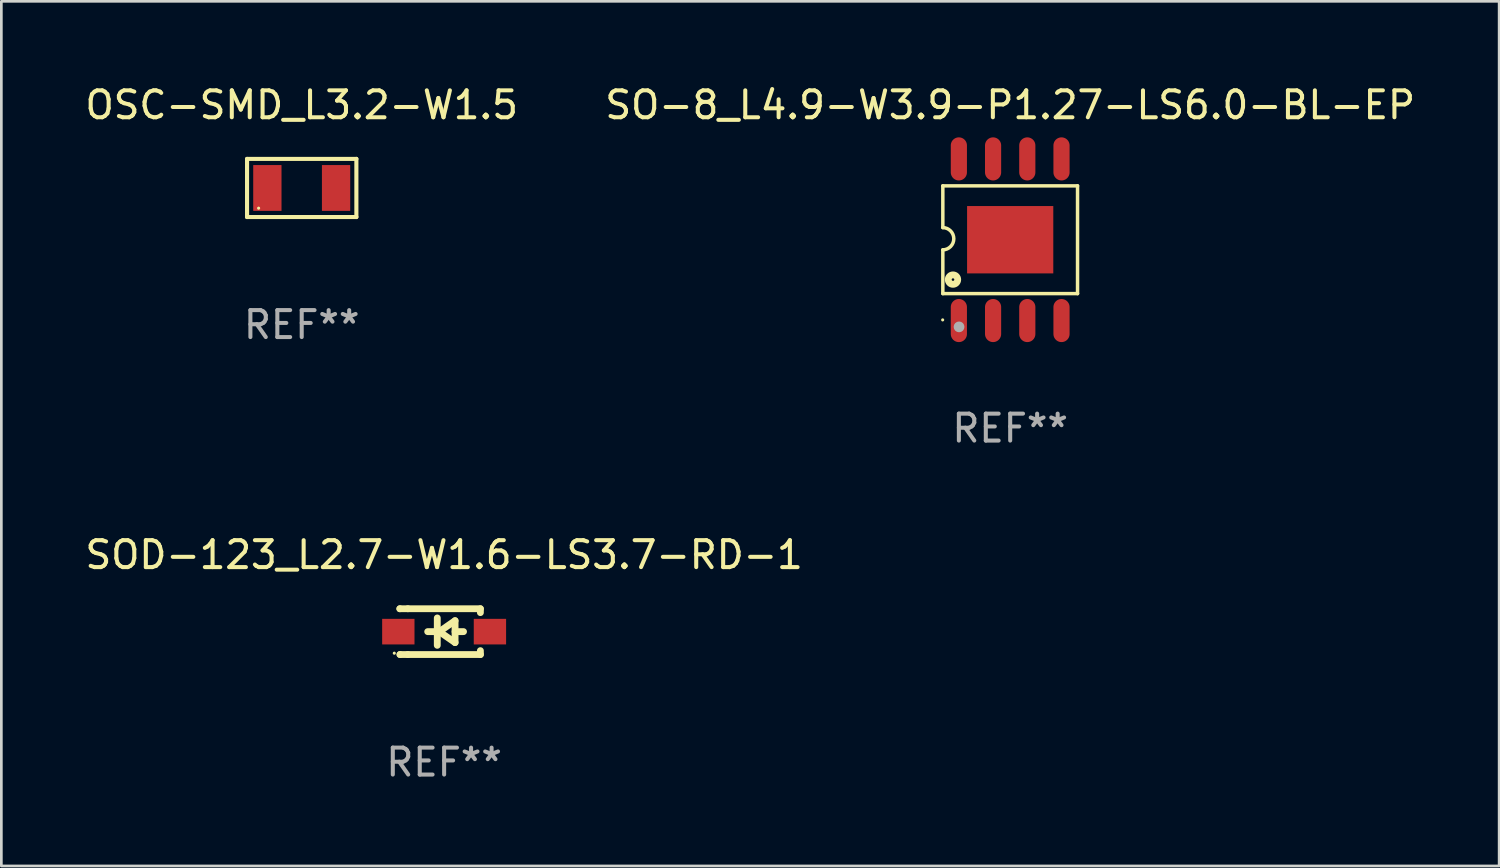
<source format=kicad_pcb>
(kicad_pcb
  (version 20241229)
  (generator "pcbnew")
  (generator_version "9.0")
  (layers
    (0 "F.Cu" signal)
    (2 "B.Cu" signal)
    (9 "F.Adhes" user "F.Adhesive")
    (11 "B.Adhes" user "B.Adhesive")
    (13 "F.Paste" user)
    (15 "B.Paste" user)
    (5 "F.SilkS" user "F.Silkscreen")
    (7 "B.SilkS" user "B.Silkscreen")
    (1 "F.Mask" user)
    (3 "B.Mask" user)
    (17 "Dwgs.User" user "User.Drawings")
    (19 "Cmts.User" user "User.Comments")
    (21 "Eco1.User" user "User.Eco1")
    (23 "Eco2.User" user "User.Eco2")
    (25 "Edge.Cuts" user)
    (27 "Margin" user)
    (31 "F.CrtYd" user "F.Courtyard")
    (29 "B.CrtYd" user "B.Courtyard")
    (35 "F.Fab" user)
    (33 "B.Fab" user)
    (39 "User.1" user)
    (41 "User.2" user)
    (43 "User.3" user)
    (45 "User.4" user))
  (footprint "SOD-123_L2.7-W1.6-LS3.7-RD-1"
    (layer "F.Cu")
    (at 13.435 20.395)
    (property "Reference" "SOD-123_L2.7-W1.6-LS3.7-RD-1" (at 0 -2.85 0) (layer "F.SilkS") (effects (font (size 1 1) (thickness 0.15))))
    (attr through_hole)
    (fp_line (start -1.643 -0.85) (end -1.644 -0.849) (stroke (width 0.254) (type solid)) (layer "F.SilkS"))
    (fp_line (start -1.638 0.85) (end -1.639 0.849) (stroke (width 0.254) (type solid)) (layer "F.SilkS"))
    (fp_line (start -1.346 -0.85) (end -1.643 -0.85) (stroke (width 0.254) (type solid)) (layer "F.SilkS"))
    (fp_line (start -1.346 -0.85) (end 1.346 -0.85) (stroke (width 0.254) (type solid)) (layer "F.SilkS"))
    (fp_line (start -1.346 0.85) (end -1.638 0.85) (stroke (width 0.254) (type solid)) (layer "F.SilkS"))
    (fp_line (start -0.28 0) (end -0.61 0) (stroke (width 0.254) (type solid)) (layer "F.SilkS"))
    (fp_line (start -0.254 -0.508) (end -0.254 0.508) (stroke (width 0.254) (type solid)) (layer "F.SilkS"))
    (fp_line (start -0.178 0) (end 0.406 -0.406) (stroke (width 0.254) (type solid)) (layer "F.SilkS"))
    (fp_line (start 0.406 -0.406) (end 0.406 0.406) (stroke (width 0.254) (type solid)) (layer "F.SilkS"))
    (fp_line (start 0.406 -0.000254) (end 0.72 -0.000254) (stroke (width 0.254) (type solid)) (layer "F.SilkS"))
    (fp_line (start 0.406 0.406) (end -0.178 0) (stroke (width 0.254) (type solid)) (layer "F.SilkS"))
    (fp_line (start 1.346 -0.85) (end 1.346 -0.706) (stroke (width 0.254) (type solid)) (layer "F.SilkS"))
    (fp_line (start 1.346 0.706) (end 1.346 0.85) (stroke (width 0.254) (type solid)) (layer "F.SilkS"))
    (fp_line (start 1.346 0.85) (end -1.346 0.85) (stroke (width 0.254) (type solid)) (layer "F.SilkS"))
    (fp_circle (center -1.85 0.8) (end -1.82 0.8) (stroke (width 0.06) (type solid)) (fill no) (layer "F.SilkS"))
    (fp_text user "REF**" (at 0 4.85 0) (layer "F.Fab") (effects (font (size 1 1) (thickness 0.15))))
    (pad "1" smd rect (at -1.7 0) (size 1.2 0.95) (layers "F.Cu" "F.Mask" "F.Paste"))
    (pad "2" smd rect (at 1.7 0) (size 1.2 0.95) (layers "F.Cu" "F.Mask" "F.Paste")))
  (footprint "SO-8_L4.9-W3.9-P1.27-LS6.0-BL-EP"
    (layer "F.Cu")
    (at 34.446 5.848)
    (property "Reference" "SO-8_L4.9-W3.9-P1.27-LS6.0-BL-EP" (at 0.000102 -5 0) (layer "F.SilkS") (effects (font (size 1 1) (thickness 0.15))))
    (attr through_hole)
    (fp_line (start -2.5 -2) (end -2.5 -0.45) (stroke (width 0.129) (type solid)) (layer "F.SilkS"))
    (fp_line (start -2.5 -2) (end 2.5 -2) (stroke (width 0.129) (type solid)) (layer "F.SilkS"))
    (fp_line (start -2.5 2) (end -2.5 0.375) (stroke (width 0.129) (type solid)) (layer "F.SilkS"))
    (fp_line (start -2.5 2) (end 2.5 2) (stroke (width 0.129) (type solid)) (layer "F.SilkS"))
    (fp_line (start 2.5 -2) (end 2.5 2) (stroke (width 0.129) (type solid)) (layer "F.SilkS"))
    (fp_arc (start -2.499898 -0.449936) (mid -2.086627 -0.037299) (end -2.499264 0.375972) (stroke (width 0.129032) (type solid)) (layer "F.SilkS"))
    (fp_circle (center -2.506 2.976) (end -2.476 2.976) (stroke (width 0.06) (type solid)) (fill no) (layer "F.SilkS"))
    (fp_circle (center -2.123 1.48) (end -1.948 1.48) (stroke (width 0.254) (type solid)) (fill no) (layer "F.SilkS"))
    (fp_circle (center -1.898 3.235) (end -1.798 3.235) (stroke (width 0.2) (type solid)) (fill no) (layer "F.Fab"))
    (fp_text user "REF**" (at 0.000102 7 0) (layer "F.Fab") (effects (font (size 1 1) (thickness 0.15))))
    (pad "1" smd oval (at -1.905 3) (size 0.6 1.6) (layers "F.Cu" "F.Mask" "F.Paste"))
    (pad "2" smd oval (at -0.635 3) (size 0.6 1.6) (layers "F.Cu" "F.Mask" "F.Paste"))
    (pad "3" smd oval (at 0.635 3) (size 0.6 1.6) (layers "F.Cu" "F.Mask" "F.Paste"))
    (pad "4" smd oval (at 1.905 3) (size 0.6 1.6) (layers "F.Cu" "F.Mask" "F.Paste"))
    (pad "5" smd oval (at 1.905 -3) (size 0.6 1.6) (layers "F.Cu" "F.Mask" "F.Paste"))
    (pad "6" smd oval (at 0.635 -3) (size 0.6 1.6) (layers "F.Cu" "F.Mask" "F.Paste"))
    (pad "7" smd oval (at -0.635 -3) (size 0.6 1.6) (layers "F.Cu" "F.Mask" "F.Paste"))
    (pad "8" smd oval (at -1.905 -3) (size 0.6 1.6) (layers "F.Cu" "F.Mask" "F.Paste"))
    (pad "9" smd rect (at 0.000025 -0.000025) (size 3.2 2.5) (layers "F.Cu" "F.Mask" "F.Paste")))
  (footprint "OSC-SMD_L3.2-W1.5"
    (layer "F.Cu")
    (at 8.149 3.927)
    (property "Reference" "OSC-SMD_L3.2-W1.5" (at 0 -3.079 0) (layer "F.SilkS") (effects (font (size 1 1) (thickness 0.15))))
    (attr through_hole)
    (fp_line (start -2.029 -1.079) (end 2.029 -1.079) (stroke (width 0.152) (type solid)) (layer "F.SilkS"))
    (fp_line (start -2.029 1.079) (end -2.029 -1.079) (stroke (width 0.152) (type solid)) (layer "F.SilkS"))
    (fp_line (start 2.029 -1.079) (end 2.029 1.079) (stroke (width 0.152) (type solid)) (layer "F.SilkS"))
    (fp_line (start 2.029 1.079) (end -2.029 1.079) (stroke (width 0.152) (type solid)) (layer "F.SilkS"))
    (fp_circle (center -1.6 0.75) (end -1.57 0.75) (stroke (width 0.06) (type solid)) (fill no) (layer "F.SilkS"))
    (fp_text user "REF**" (at 0 5.079 0) (layer "F.Fab") (effects (font (size 1 1) (thickness 0.15))))
    (pad "1" smd rect (at -1.275 0) (size 1.05 1.7) (layers "F.Cu" "F.Mask" "F.Paste"))
    (pad "2" smd rect (at 1.275 0) (size 1.05 1.7) (layers "F.Cu" "F.Mask" "F.Paste")))
  (gr_rect
    (start -3 -3)
    (end 52.595 29.093)
    (stroke (width 0.1) (type default))
    (fill no)
    (layer "Edge.Cuts")))
</source>
